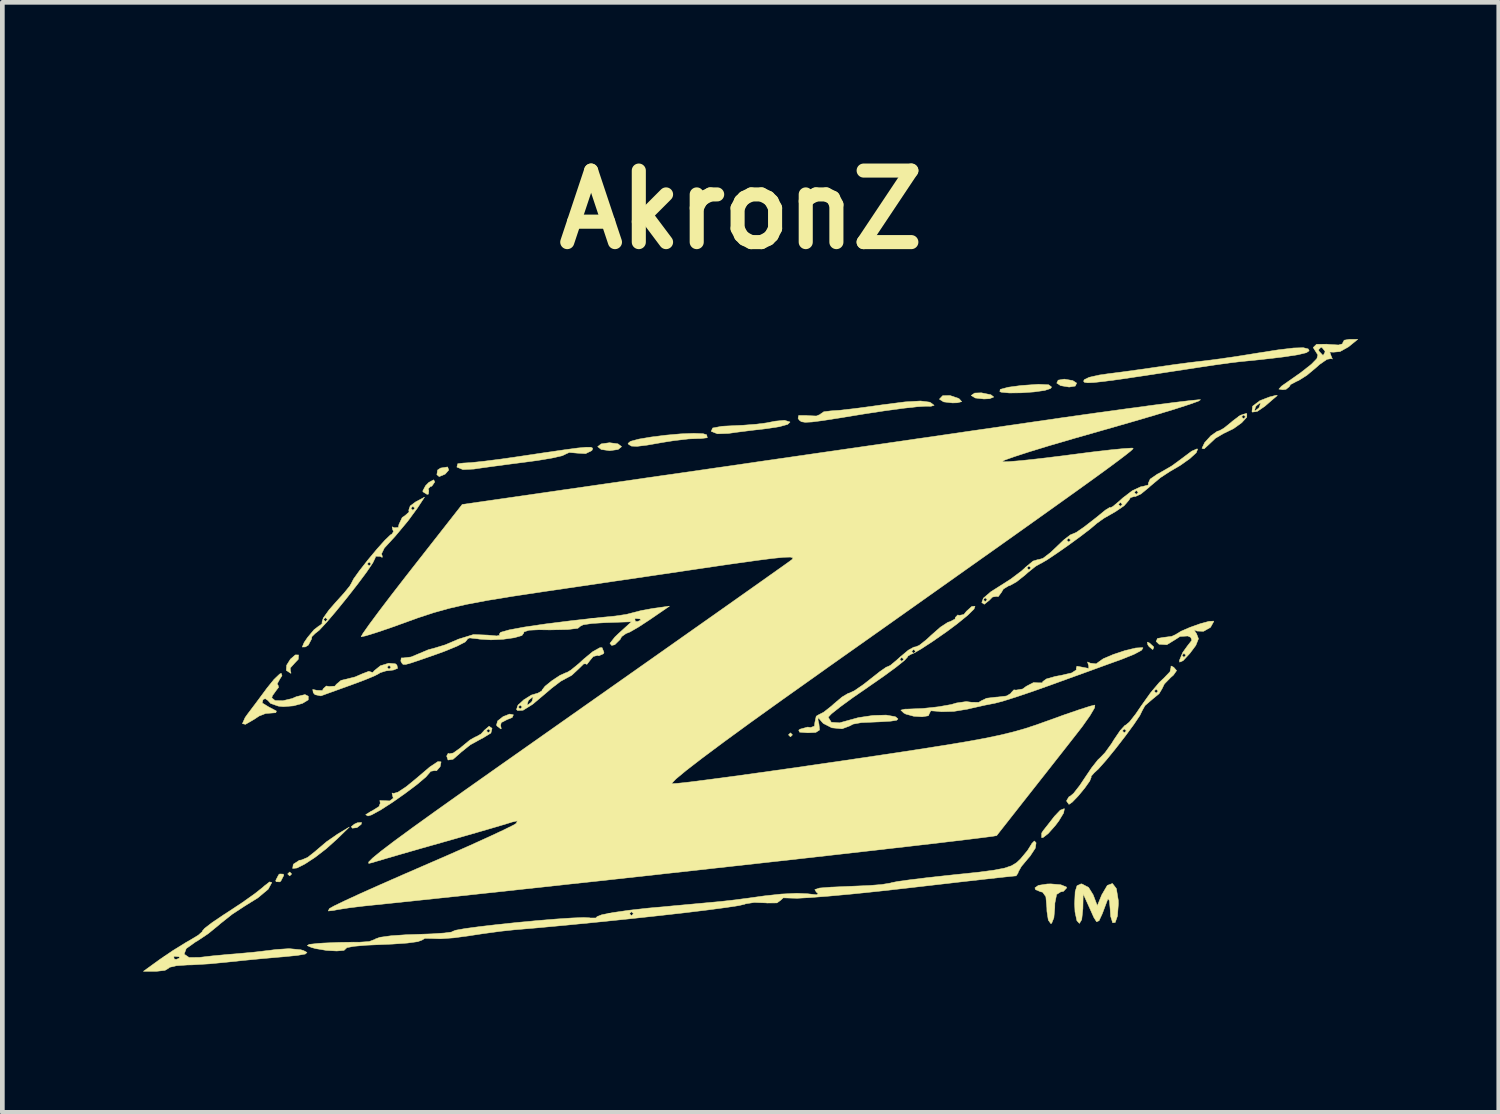
<source format=kicad_pcb>
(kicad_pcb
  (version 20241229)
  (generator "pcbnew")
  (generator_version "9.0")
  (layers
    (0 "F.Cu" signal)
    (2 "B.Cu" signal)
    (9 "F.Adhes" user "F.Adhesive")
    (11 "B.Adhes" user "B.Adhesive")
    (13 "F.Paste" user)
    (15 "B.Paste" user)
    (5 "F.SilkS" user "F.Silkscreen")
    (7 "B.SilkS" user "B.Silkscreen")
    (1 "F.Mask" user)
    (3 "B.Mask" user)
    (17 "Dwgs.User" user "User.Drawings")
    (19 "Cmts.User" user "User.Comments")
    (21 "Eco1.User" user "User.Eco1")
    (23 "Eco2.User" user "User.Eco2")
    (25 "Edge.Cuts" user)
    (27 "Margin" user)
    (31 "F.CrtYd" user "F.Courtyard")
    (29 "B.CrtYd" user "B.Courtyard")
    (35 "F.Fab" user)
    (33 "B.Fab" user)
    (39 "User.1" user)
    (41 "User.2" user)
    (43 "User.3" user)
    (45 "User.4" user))
  (footprint "AkronZ"
    (layer "F.Cu")
    (at 12.815 10.868)
    (property "Reference" "AkronZ" (at -0.08 -9.45 0) (layer "F.SilkS") (effects (font (size 1.524 1.524) (thickness 0.3))))
    (attr through_hole)
    (fp_poly (pts (xy -9.652 4.699) (xy -9.694 4.741) (xy -9.737 4.699) (xy -9.694 4.657) (xy -9.652 4.699)) (stroke (width 0.01) (type solid)) (fill yes) (layer "F.SilkS"))
    (fp_poly (pts (xy 1.016 1.736) (xy 0.974 1.778) (xy 0.931 1.736) (xy 0.974 1.693) (xy 1.016 1.736)) (stroke (width 0.01) (type solid)) (fill yes) (layer "F.SilkS"))
    (fp_poly (pts (xy -8.171 3.642) (xy -8.261 3.712) (xy -8.359 3.724) (xy -8.382 3.692) (xy -8.316 3.638) (xy -8.251 3.608) (xy -8.163 3.602) (xy -8.171 3.642)) (stroke (width 0.01) (type solid)) (fill yes) (layer "F.SilkS"))
    (fp_poly (pts (xy -6.306 -3.905) (xy -6.383 -3.818) (xy -6.509 -3.765) (xy -6.559 -3.806) (xy -6.543 -3.906) (xy -6.479 -3.948) (xy -6.33 -3.971) (xy -6.306 -3.905)) (stroke (width 0.01) (type solid)) (fill yes) (layer "F.SilkS"))
    (fp_poly (pts (xy 8.623 -0.22) (xy 8.714 -0.135) (xy 8.695 -0.085) (xy 8.683 -0.085) (xy 8.612 -0.145) (xy 8.586 -0.182) (xy 8.576 -0.24) (xy 8.623 -0.22)) (stroke (width 0.01) (type solid)) (fill yes) (layer "F.SilkS"))
    (fp_poly (pts (xy -9.828 4.703) (xy -9.821 4.731) (xy -9.883 4.851) (xy -9.906 4.868) (xy -9.984 4.864) (xy -9.991 4.836) (xy -9.929 4.716) (xy -9.906 4.699) (xy -9.828 4.703)) (stroke (width 0.01) (type solid)) (fill yes) (layer "F.SilkS"))
    (fp_poly (pts (xy 6.987 -5.811) (xy 7.07 -5.757) (xy 7.04 -5.694) (xy 6.91 -5.673) (xy 6.729 -5.703) (xy 6.646 -5.757) (xy 6.676 -5.82) (xy 6.806 -5.842) (xy 6.987 -5.811)) (stroke (width 0.01) (type solid)) (fill yes) (layer "F.SilkS"))
    (fp_poly (pts (xy 5.243 -5.509) (xy 5.304 -5.461) (xy 5.215 -5.425) (xy 5.094 -5.419) (xy 4.91 -5.44) (xy 4.826 -5.492) (xy 4.826 -5.496) (xy 4.898 -5.545) (xy 5.04 -5.55) (xy 5.243 -5.509)) (stroke (width 0.01) (type solid)) (fill yes) (layer "F.SilkS"))
    (fp_poly (pts (xy 4.549 -5.433) (xy 4.572 -5.419) (xy 4.621 -5.362) (xy 4.526 -5.338) (xy 4.424 -5.335) (xy 4.237 -5.357) (xy 4.149 -5.412) (xy 4.149 -5.419) (xy 4.216 -5.489) (xy 4.371 -5.493) (xy 4.549 -5.433)) (stroke (width 0.01) (type solid)) (fill yes) (layer "F.SilkS"))
    (fp_poly (pts (xy -9.505 0.034) (xy -9.511 0.126) (xy -9.587 0.206) (xy -9.682 0.312) (xy -9.679 0.368) (xy -9.665 0.422) (xy -9.675 0.423) (xy -9.763 0.365) (xy -9.766 0.359) (xy -9.759 0.252) (xy -9.678 0.123) (xy -9.574 0.033) (xy -9.505 0.034)) (stroke (width 0.01) (type solid)) (fill yes) (layer "F.SilkS"))
    (fp_poly (pts (xy -6.604 -3.651) (xy -6.666 -3.561) (xy -6.694 -3.556) (xy -6.744 -3.504) (xy -6.731 -3.471) (xy -6.738 -3.393) (xy -6.768 -3.387) (xy -6.855 -3.441) (xy -6.858 -3.461) (xy -6.8 -3.571) (xy -6.731 -3.641) (xy -6.626 -3.697) (xy -6.604 -3.651)) (stroke (width 0.01) (type solid)) (fill yes) (layer "F.SilkS"))
    (fp_poly (pts (xy -4.928 1.309) (xy -4.955 1.367) (xy -5.062 1.41) (xy -5.188 1.475) (xy -5.201 1.534) (xy -5.187 1.606) (xy -5.197 1.609) (xy -5.275 1.549) (xy -5.289 1.528) (xy -5.264 1.439) (xy -5.147 1.347) (xy -5.009 1.293) (xy -4.928 1.309)) (stroke (width 0.01) (type solid)) (fill yes) (layer "F.SilkS"))
    (fp_poly (pts (xy -2.7 -4.463) (xy -2.625 -4.404) (xy -2.625 -4.403) (xy -2.698 -4.343) (xy -2.876 -4.318) (xy -2.879 -4.318) (xy -3.057 -4.343) (xy -3.133 -4.402) (xy -3.133 -4.403) (xy -3.059 -4.462) (xy -2.882 -4.487) (xy -2.879 -4.487) (xy -2.7 -4.463)) (stroke (width 0.01) (type solid)) (fill yes) (layer "F.SilkS"))
    (fp_poly (pts (xy 6.475 -5.721) (xy 6.536 -5.673) (xy 6.512 -5.641) (xy 6.39 -5.601) (xy 6.161 -5.569) (xy 5.888 -5.55) (xy 5.635 -5.547) (xy 5.463 -5.564) (xy 5.434 -5.575) (xy 5.442 -5.623) (xy 5.612 -5.669) (xy 5.889 -5.706) (xy 6.257 -5.732) (xy 6.475 -5.721)) (stroke (width 0.01) (type solid)) (fill yes) (layer "F.SilkS"))
    (fp_poly (pts (xy 6.809 3.31) (xy 6.792 3.4) (xy 6.69 3.569) (xy 6.616 3.667) (xy 6.464 3.838) (xy 6.352 3.925) (xy 6.324 3.925) (xy 6.325 3.828) (xy 6.355 3.78) (xy 6.462 3.645) (xy 6.597 3.471) (xy 6.722 3.34) (xy 6.806 3.308) (xy 6.809 3.31)) (stroke (width 0.01) (type solid)) (fill yes) (layer "F.SilkS"))
    (fp_poly (pts (xy -8.678 3.948) (xy -8.915 4.161) (xy -9.155 4.346) (xy -9.372 4.488) (xy -9.539 4.572) (xy -9.631 4.582) (xy -9.619 4.503) (xy -9.61 4.487) (xy -9.486 4.407) (xy -9.447 4.403) (xy -9.314 4.348) (xy -9.144 4.214) (xy -9.134 4.204) (xy -8.909 4.013) (xy -8.678 3.853) (xy -8.424 3.7) (xy -8.678 3.948)) (stroke (width 0.01) (type solid)) (fill yes) (layer "F.SilkS"))
    (fp_poly (pts (xy -0.886 -4.679) (xy -0.812 -4.656) (xy -0.798 -4.593) (xy -0.938 -4.576) (xy -0.975 -4.577) (xy -1.198 -4.568) (xy -1.507 -4.532) (xy -1.736 -4.496) (xy -2.079 -4.436) (xy -2.293 -4.41) (xy -2.413 -4.415) (xy -2.473 -4.451) (xy -2.487 -4.471) (xy -2.436 -4.516) (xy -2.257 -4.564) (xy -1.991 -4.609) (xy -1.679 -4.648) (xy -1.364 -4.676) (xy -1.086 -4.687) (xy -0.886 -4.679)) (stroke (width 0.01) (type solid)) (fill yes) (layer "F.SilkS"))
    (fp_poly (pts (xy 0.961 -4.93) (xy 0.964 -4.926) (xy 0.914 -4.878) (xy 0.734 -4.828) (xy 0.485 -4.79) (xy 0.144 -4.75) (xy -0.179 -4.709) (xy -0.349 -4.685) (xy -0.582 -4.677) (xy -0.711 -4.728) (xy -0.714 -4.732) (xy -0.683 -4.801) (xy -0.489 -4.837) (xy -0.428 -4.841) (xy -0.03 -4.86) (xy 0.251 -4.882) (xy 0.466 -4.91) (xy 0.648 -4.946) (xy 0.846 -4.965) (xy 0.961 -4.93)) (stroke (width 0.01) (type solid)) (fill yes) (layer "F.SilkS"))
    (fp_poly (pts (xy 6.731 4.929) (xy 6.849 4.976) (xy 6.858 4.995) (xy 6.789 5.07) (xy 6.731 5.08) (xy 6.643 5.136) (xy 6.606 5.321) (xy 6.604 5.419) (xy 6.585 5.631) (xy 6.538 5.749) (xy 6.519 5.757) (xy 6.466 5.682) (xy 6.437 5.495) (xy 6.435 5.419) (xy 6.414 5.183) (xy 6.344 5.086) (xy 6.308 5.08) (xy 6.195 5.034) (xy 6.181 4.995) (xy 6.256 4.942) (xy 6.443 4.913) (xy 6.519 4.911) (xy 6.731 4.929)) (stroke (width 0.01) (type solid)) (fill yes) (layer "F.SilkS"))
    (fp_poly (pts (xy 11.345 -5.493) (xy 11.259 -5.42) (xy 11.103 -5.285) (xy 11.079 -5.264) (xy 10.919 -5.155) (xy 10.814 -5.139) (xy 10.805 -5.149) (xy 10.807 -5.17) (xy 10.858 -5.17) (xy 10.87 -5.165) (xy 10.947 -5.224) (xy 10.964 -5.249) (xy 10.986 -5.328) (xy 10.974 -5.334) (xy 10.897 -5.274) (xy 10.88 -5.249) (xy 10.858 -5.17) (xy 10.807 -5.17) (xy 10.818 -5.265) (xy 10.974 -5.383) (xy 11.176 -5.461) (xy 11.317 -5.497) (xy 11.345 -5.493)) (stroke (width 0.01) (type solid)) (fill yes) (layer "F.SilkS"))
    (fp_poly (pts (xy 10.695 -5.106) (xy 10.694 -5.031) (xy 10.586 -4.913) (xy 10.414 -4.789) (xy 10.221 -4.694) (xy 10.207 -4.689) (xy 10.027 -4.583) (xy 9.892 -4.455) (xy 9.785 -4.356) (xy 9.739 -4.368) (xy 9.797 -4.49) (xy 9.928 -4.634) (xy 10.066 -4.731) (xy 10.107 -4.741) (xy 10.203 -4.794) (xy 10.362 -4.922) (xy 10.391 -4.948) (xy 10.511 -5.038) (xy 10.583 -5.038) (xy 10.626 -4.995) (xy 10.668 -5.038) (xy 10.626 -5.08) (xy 10.583 -5.038) (xy 10.511 -5.038) (xy 10.558 -5.072) (xy 10.682 -5.111) (xy 10.695 -5.106)) (stroke (width 0.01) (type solid)) (fill yes) (layer "F.SilkS"))
    (fp_poly (pts (xy -5.383 1.598) (xy -5.408 1.698) (xy -5.586 1.807) (xy -5.605 1.815) (xy -5.847 1.948) (xy -6.043 2.105) (xy -6.047 2.11) (xy -6.214 2.256) (xy -6.321 2.272) (xy -6.35 2.187) (xy -6.318 2.128) (xy -6.299 2.14) (xy -6.21 2.123) (xy -6.058 2.015) (xy -6.024 1.985) (xy -5.856 1.847) (xy -5.736 1.779) (xy -5.725 1.778) (xy -5.618 1.717) (xy -5.558 1.651) (xy -5.503 1.651) (xy -5.461 1.693) (xy -5.419 1.651) (xy -5.461 1.609) (xy -5.503 1.651) (xy -5.558 1.651) (xy -5.547 1.638) (xy -5.446 1.552) (xy -5.383 1.598)) (stroke (width 0.01) (type solid)) (fill yes) (layer "F.SilkS"))
    (fp_poly (pts (xy -3.277 -4.39) (xy -3.241 -4.372) (xy -3.247 -4.339) (xy -3.259 -4.319) (xy -3.39 -4.255) (xy -3.566 -4.265) (xy -3.738 -4.28) (xy -3.81 -4.248) (xy -3.81 -4.248) (xy -3.888 -4.21) (xy -4.099 -4.162) (xy -4.406 -4.11) (xy -4.636 -4.079) (xy -5.03 -4.028) (xy -5.397 -3.979) (xy -5.678 -3.94) (xy -5.768 -3.926) (xy -6.003 -3.915) (xy -6.13 -3.967) (xy -6.132 -3.969) (xy -6.114 -4.04) (xy -5.995 -4.054) (xy -5.835 -4.063) (xy -5.55 -4.093) (xy -5.183 -4.14) (xy -4.826 -4.191) (xy -4.265 -4.275) (xy -3.85 -4.335) (xy -3.561 -4.374) (xy -3.377 -4.391) (xy -3.277 -4.39)) (stroke (width 0.01) (type solid)) (fill yes) (layer "F.SilkS"))
    (fp_poly (pts (xy -6.469 2.311) (xy -6.489 2.413) (xy -6.565 2.501) (xy -6.606 2.497) (xy -6.694 2.513) (xy -6.703 2.529) (xy -6.792 2.632) (xy -6.983 2.794) (xy -7.236 2.984) (xy -7.508 3.175) (xy -7.76 3.337) (xy -7.951 3.441) (xy -8.027 3.464) (xy -8.075 3.436) (xy -7.965 3.367) (xy -7.936 3.354) (xy -7.791 3.263) (xy -7.763 3.187) (xy -7.766 3.184) (xy -7.774 3.134) (xy -7.747 3.136) (xy -7.563 3.143) (xy -7.487 3.085) (xy -7.501 3.035) (xy -7.514 2.974) (xy -7.485 2.985) (xy -7.388 2.957) (xy -7.208 2.838) (xy -6.99 2.659) (xy -6.71 2.421) (xy -6.538 2.306) (xy -6.469 2.311)) (stroke (width 0.01) (type solid)) (fill yes) (layer "F.SilkS"))
    (fp_poly (pts (xy 3.935 -5.352) (xy 3.959 -5.341) (xy 4.034 -5.284) (xy 3.968 -5.264) (xy 3.852 -5.265) (xy 3.674 -5.254) (xy 3.369 -5.22) (xy 2.98 -5.167) (xy 2.547 -5.101) (xy 2.498 -5.093) (xy 2.009 -5.013) (xy 1.662 -4.959) (xy 1.43 -4.929) (xy 1.287 -4.922) (xy 1.206 -4.935) (xy 1.162 -4.968) (xy 1.136 -5.007) (xy 1.149 -5.068) (xy 1.309 -5.068) (xy 1.343 -5.064) (xy 1.525 -5.056) (xy 1.608 -5.09) (xy 1.609 -5.095) (xy 1.682 -5.146) (xy 1.831 -5.165) (xy 2.006 -5.177) (xy 2.302 -5.21) (xy 2.671 -5.258) (xy 2.932 -5.295) (xy 3.415 -5.357) (xy 3.745 -5.376) (xy 3.935 -5.352)) (stroke (width 0.01) (type solid)) (fill yes) (layer "F.SilkS"))
    (fp_poly (pts (xy 7.916 5.011) (xy 7.957 5.262) (xy 7.959 5.334) (xy 7.939 5.594) (xy 7.891 5.733) (xy 7.837 5.739) (xy 7.794 5.601) (xy 7.783 5.44) (xy 7.768 5.27) (xy 7.74 5.228) (xy 7.728 5.249) (xy 7.617 5.544) (xy 7.547 5.695) (xy 7.495 5.718) (xy 7.436 5.625) (xy 7.363 5.461) (xy 7.209 5.122) (xy 7.203 5.44) (xy 7.178 5.672) (xy 7.129 5.753) (xy 7.075 5.694) (xy 7.035 5.508) (xy 7.027 5.334) (xy 7.038 5.077) (xy 7.078 4.95) (xy 7.162 4.911) (xy 7.18 4.911) (xy 7.324 4.986) (xy 7.422 5.144) (xy 7.51 5.376) (xy 7.605 5.144) (xy 7.723 4.943) (xy 7.832 4.902) (xy 7.916 5.011)) (stroke (width 0.01) (type solid)) (fill yes) (layer "F.SilkS"))
    (fp_poly (pts (xy 12.003 -6.485) (xy 12.023 -6.446) (xy 11.964 -6.405) (xy 11.781 -6.361) (xy 11.461 -6.313) (xy 10.992 -6.258) (xy 10.541 -6.213) (xy 10.327 -6.187) (xy 10.015 -6.144) (xy 9.694 -6.096) (xy 8.976 -5.986) (xy 8.408 -5.9) (xy 7.974 -5.836) (xy 7.656 -5.794) (xy 7.439 -5.77) (xy 7.304 -5.764) (xy 7.236 -5.774) (xy 7.218 -5.797) (xy 7.232 -5.83) (xy 7.335 -5.88) (xy 7.551 -5.929) (xy 7.723 -5.954) (xy 8.052 -5.996) (xy 8.451 -6.051) (xy 8.763 -6.096) (xy 9.131 -6.149) (xy 9.494 -6.197) (xy 9.737 -6.225) (xy 9.999 -6.257) (xy 10.362 -6.308) (xy 10.759 -6.37) (xy 10.88 -6.39) (xy 11.359 -6.465) (xy 11.692 -6.505) (xy 11.9 -6.511) (xy 12.003 -6.485)) (stroke (width 0.01) (type solid)) (fill yes) (layer "F.SilkS"))
    (fp_poly (pts (xy 9.991 -0.68) (xy 9.921 -0.554) (xy 9.773 -0.47) (xy 9.635 -0.475) (xy 9.568 -0.502) (xy 9.621 -0.422) (xy 9.624 -0.418) (xy 9.665 -0.311) (xy 9.608 -0.169) (xy 9.481 0.001) (xy 9.337 0.156) (xy 9.264 0.187) (xy 9.259 0.152) (xy 9.304 0.042) (xy 9.313 0.042) (xy 9.356 0.085) (xy 9.398 0.042) (xy 9.356 0) (xy 9.313 0.042) (xy 9.304 0.042) (xy 9.33 -0.02) (xy 9.427 -0.155) (xy 9.524 -0.279) (xy 9.501 -0.341) (xy 9.438 -0.37) (xy 9.272 -0.36) (xy 9.174 -0.296) (xy 8.991 -0.184) (xy 8.825 -0.195) (xy 8.763 -0.254) (xy 8.792 -0.318) (xy 8.913 -0.339) (xy 9.095 -0.362) (xy 9.176 -0.399) (xy 9.293 -0.471) (xy 9.487 -0.555) (xy 9.704 -0.632) (xy 9.889 -0.682) (xy 9.986 -0.687) (xy 9.991 -0.68)) (stroke (width 0.01) (type solid)) (fill yes) (layer "F.SilkS"))
    (fp_poly (pts (xy -7.441 0.223) (xy -7.41 0.251) (xy -7.395 0.319) (xy -7.485 0.355) (xy -7.641 0.373) (xy -7.771 0.413) (xy -7.789 0.428) (xy -7.885 0.478) (xy -8.095 0.565) (xy -8.376 0.67) (xy -8.382 0.672) (xy -8.673 0.777) (xy -8.906 0.861) (xy -9.03 0.906) (xy -9.154 0.88) (xy -9.192 0.838) (xy -9.203 0.769) (xy -9.116 0.787) (xy -8.998 0.792) (xy -8.975 0.75) (xy -8.913 0.695) (xy -8.853 0.706) (xy -8.73 0.698) (xy -8.701 0.66) (xy -8.601 0.576) (xy -8.505 0.553) (xy -8.3 0.502) (xy -8.149 0.436) (xy -8.008 0.382) (xy -7.957 0.399) (xy -7.922 0.407) (xy -7.894 0.371) (xy -7.801 0.296) (xy -7.62 0.296) (xy -7.578 0.339) (xy -7.535 0.296) (xy -7.578 0.254) (xy -7.62 0.296) (xy -7.801 0.296) (xy -7.763 0.265) (xy -7.586 0.21) (xy -7.441 0.223)) (stroke (width 0.01) (type solid)) (fill yes) (layer "F.SilkS"))
    (fp_poly (pts (xy -9.858 0.475) (xy -9.906 0.55) (xy -9.962 0.653) (xy -9.942 0.677) (xy -9.93 0.724) (xy -9.974 0.779) (xy -10.063 0.903) (xy -10.075 0.948) (xy -10.006 1.005) (xy -9.84 1.009) (xy -9.641 0.962) (xy -9.553 0.923) (xy -9.368 0.878) (xy -9.298 0.913) (xy -9.299 0.991) (xy -9.421 1.065) (xy -9.614 1.118) (xy -9.83 1.135) (xy -9.935 1.124) (xy -10.1 1.067) (xy -10.16 1.001) (xy -10.215 0.964) (xy -10.263 0.985) (xy -10.279 1.057) (xy -10.127 1.15) (xy -10.115 1.155) (xy -9.977 1.229) (xy -9.99 1.265) (xy -10.012 1.266) (xy -10.207 1.281) (xy -10.344 1.334) (xy -10.454 1.407) (xy -10.636 1.512) (xy -10.701 1.497) (xy -10.644 1.368) (xy -10.589 1.291) (xy -10.422 1.07) (xy -10.229 0.81) (xy -10.18 0.743) (xy -10.027 0.554) (xy -9.907 0.44) (xy -9.874 0.425) (xy -9.858 0.475)) (stroke (width 0.01) (type solid)) (fill yes) (layer "F.SilkS"))
    (fp_poly (pts (xy 12.86 -6.529) (xy 12.681 -6.429) (xy 12.541 -6.416) (xy 12.461 -6.42) (xy 12.488 -6.343) (xy 12.518 -6.269) (xy 12.494 -6.28) (xy 12.401 -6.263) (xy 12.241 -6.152) (xy 12.175 -6.092) (xy 11.973 -5.923) (xy 11.793 -5.81) (xy 11.759 -5.797) (xy 11.627 -5.727) (xy 11.599 -5.681) (xy 11.53 -5.625) (xy 11.461 -5.616) (xy 11.378 -5.63) (xy 11.434 -5.692) (xy 11.482 -5.726) (xy 11.84 -5.977) (xy 12.069 -6.157) (xy 12.187 -6.278) (xy 12.209 -6.358) (xy 12.192 -6.383) (xy 12.139 -6.467) (xy 12.221 -6.467) (xy 12.234 -6.435) (xy 12.31 -6.354) (xy 12.324 -6.35) (xy 12.36 -6.416) (xy 12.361 -6.435) (xy 12.296 -6.516) (xy 12.272 -6.519) (xy 12.221 -6.467) (xy 12.139 -6.467) (xy 12.109 -6.515) (xy 12.18 -6.584) (xy 12.4 -6.586) (xy 12.446 -6.581) (xy 12.649 -6.569) (xy 12.74 -6.595) (xy 12.737 -6.612) (xy 12.769 -6.671) (xy 12.874 -6.689) (xy 13.057 -6.689) (xy 12.86 -6.529)) (stroke (width 0.01) (type solid)) (fill yes) (layer "F.SilkS"))
    (fp_poly (pts (xy -2.999 -0.02) (xy -3.01 0.007) (xy -3.109 0.052) (xy -3.133 0.042) (xy -3.228 0.067) (xy -3.294 0.146) (xy -3.364 0.236) (xy -3.384 0.223) (xy -3.431 0.224) (xy -3.535 0.326) (xy -3.686 0.467) (xy -3.795 0.526) (xy -3.92 0.594) (xy -4.112 0.74) (xy -4.219 0.832) (xy -4.519 1.085) (xy -4.723 1.212) (xy -4.841 1.217) (xy -4.862 1.195) (xy -4.845 1.143) (xy -4.826 1.143) (xy -4.784 1.185) (xy -4.741 1.143) (xy -4.784 1.101) (xy -4.826 1.143) (xy -4.845 1.143) (xy -4.832 1.106) (xy -4.821 1.095) (xy -4.636 1.095) (xy -4.624 1.101) (xy -4.547 1.041) (xy -4.53 1.016) (xy -4.508 0.937) (xy -4.52 0.931) (xy -4.597 0.991) (xy -4.614 1.016) (xy -4.636 1.095) (xy -4.821 1.095) (xy -4.707 0.989) (xy -4.545 0.888) (xy -4.406 0.847) (xy -4.321 0.799) (xy -4.318 0.783) (xy -4.254 0.7) (xy -4.105 0.58) (xy -3.935 0.468) (xy -3.807 0.411) (xy -3.794 0.41) (xy -3.704 0.357) (xy -3.539 0.222) (xy -3.428 0.12) (xy -3.236 -0.038) (xy -3.088 -0.12) (xy -3.04 -0.122) (xy -2.999 -0.02)) (stroke (width 0.01) (type solid)) (fill yes) (layer "F.SilkS"))
    (fp_poly (pts (xy 9.137 0.296) (xy 9.199 0.367) (xy 9.132 0.463) (xy 9.073 0.514) (xy 8.938 0.653) (xy 8.89 0.752) (xy 8.826 0.859) (xy 8.678 0.981) (xy 8.527 1.111) (xy 8.467 1.218) (xy 8.417 1.322) (xy 8.286 1.517) (xy 8.103 1.766) (xy 7.898 2.031) (xy 7.699 2.275) (xy 7.535 2.46) (xy 7.442 2.546) (xy 7.376 2.621) (xy 7.38 2.639) (xy 7.349 2.719) (xy 7.243 2.868) (xy 7.105 3.036) (xy 6.977 3.169) (xy 6.906 3.217) (xy 6.859 3.152) (xy 6.858 3.133) (xy 6.91 3.05) (xy 6.926 3.048) (xy 7.005 2.982) (xy 7.137 2.813) (xy 7.237 2.663) (xy 7.391 2.435) (xy 7.523 2.268) (xy 7.576 2.218) (xy 7.677 2.113) (xy 7.815 1.921) (xy 7.864 1.841) (xy 7.993 1.651) (xy 8.043 1.651) (xy 8.086 1.693) (xy 8.128 1.651) (xy 8.086 1.609) (xy 8.043 1.651) (xy 7.993 1.651) (xy 7.995 1.648) (xy 8.096 1.536) (xy 8.121 1.524) (xy 8.197 1.459) (xy 8.33 1.289) (xy 8.457 1.103) (xy 8.644 0.841) (xy 8.675 0.804) (xy 8.721 0.804) (xy 8.763 0.847) (xy 8.805 0.804) (xy 8.763 0.762) (xy 8.721 0.804) (xy 8.675 0.804) (xy 8.832 0.618) (xy 8.934 0.522) (xy 9.059 0.391) (xy 9.08 0.297) (xy 9.078 0.294) (xy 9.081 0.269) (xy 9.137 0.296)) (stroke (width 0.01) (type solid)) (fill yes) (layer "F.SilkS"))
    (fp_poly (pts (xy -10.075 4.882) (xy -10.152 5.024) (xy -10.372 5.208) (xy -10.657 5.385) (xy -10.919 5.557) (xy -11.177 5.762) (xy -11.201 5.784) (xy -11.433 5.973) (xy -11.667 6.129) (xy -11.699 6.146) (xy -11.898 6.288) (xy -11.942 6.407) (xy -11.838 6.478) (xy -11.62 6.477) (xy -11.345 6.445) (xy -11.004 6.413) (xy -10.837 6.4) (xy -10.484 6.368) (xy -10.126 6.327) (xy -9.991 6.309) (xy -9.707 6.29) (xy -9.458 6.314) (xy -9.399 6.331) (xy -9.325 6.372) (xy -9.362 6.405) (xy -9.528 6.434) (xy -9.843 6.465) (xy -9.907 6.47) (xy -10.305 6.505) (xy -10.698 6.543) (xy -11.011 6.576) (xy -11.049 6.58) (xy -11.404 6.614) (xy -11.775 6.636) (xy -11.874 6.638) (xy -12.109 6.654) (xy -12.254 6.688) (xy -12.277 6.709) (xy -12.351 6.753) (xy -12.53 6.773) (xy -12.543 6.773) (xy -12.81 6.773) (xy -12.462 6.521) (xy -12.376 6.463) (xy -12.164 6.463) (xy -12.152 6.513) (xy -12.107 6.519) (xy -12.038 6.488) (xy -12.051 6.463) (xy -12.151 6.453) (xy -12.164 6.463) (xy -12.376 6.463) (xy -12.185 6.333) (xy -11.904 6.159) (xy -11.817 6.11) (xy -11.639 6.002) (xy -11.555 5.927) (xy -11.555 5.915) (xy -11.505 5.857) (xy -11.343 5.733) (xy -11.097 5.567) (xy -10.995 5.501) (xy -10.695 5.303) (xy -10.435 5.118) (xy -10.261 4.98) (xy -10.238 4.958) (xy -10.122 4.868) (xy -10.075 4.882)) (stroke (width 0.01) (type solid)) (fill yes) (layer "F.SilkS"))
    (fp_poly (pts (xy 8.484 -0.117) (xy 8.452 -0.066) (xy 8.294 0.019) (xy 8.042 0.121) (xy 8.029 0.126) (xy 7.726 0.235) (xy 7.323 0.382) (xy 6.874 0.544) (xy 6.519 0.673) (xy 6.122 0.814) (xy 5.765 0.934) (xy 5.488 1.021) (xy 5.334 1.061) (xy 5.119 1.103) (xy 4.837 1.166) (xy 4.741 1.189) (xy 4.452 1.236) (xy 4.189 1.243) (xy 4.123 1.235) (xy 3.963 1.223) (xy 3.938 1.271) (xy 3.911 1.329) (xy 3.778 1.351) (xy 3.598 1.339) (xy 3.43 1.293) (xy 3.387 1.27) (xy 3.325 1.209) (xy 3.411 1.188) (xy 3.471 1.187) (xy 3.792 1.174) (xy 4.125 1.138) (xy 4.399 1.09) (xy 4.51 1.057) (xy 4.718 1.027) (xy 4.827 1.041) (xy 4.984 1.044) (xy 5.043 1.008) (xy 5.152 0.956) (xy 5.355 0.932) (xy 5.381 0.931) (xy 5.575 0.908) (xy 5.671 0.851) (xy 5.673 0.84) (xy 5.733 0.777) (xy 5.778 0.783) (xy 5.919 0.759) (xy 6 0.7) (xy 6.151 0.622) (xy 6.234 0.627) (xy 6.336 0.628) (xy 6.35 0.6) (xy 6.425 0.545) (xy 6.616 0.491) (xy 6.733 0.47) (xy 6.966 0.416) (xy 7.064 0.351) (xy 7.061 0.324) (xy 7.075 0.273) (xy 7.197 0.296) (xy 7.328 0.321) (xy 7.327 0.26) (xy 7.321 0.25) (xy 7.302 0.183) (xy 7.362 0.209) (xy 7.487 0.224) (xy 7.524 0.194) (xy 7.637 0.114) (xy 7.849 0.024) (xy 8.099 -0.059) (xy 8.326 -0.114) (xy 8.471 -0.122) (xy 8.484 -0.117)) (stroke (width 0.01) (type solid)) (fill yes) (layer "F.SilkS"))
    (fp_poly (pts (xy -6.976 -3.092) (xy -7.177 -2.818) (xy -7.444 -2.498) (xy -7.679 -2.242) (xy -7.738 -2.121) (xy -7.722 -2.071) (xy -7.723 -2.044) (xy -7.768 -2.066) (xy -7.861 -2.069) (xy -7.874 -2.03) (xy -7.924 -1.927) (xy -8.057 -1.73) (xy -8.248 -1.474) (xy -8.47 -1.19) (xy -8.697 -0.91) (xy -8.903 -0.667) (xy -9.064 -0.494) (xy -9.152 -0.424) (xy -9.154 -0.423) (xy -9.222 -0.355) (xy -9.229 -0.305) (xy -9.297 -0.176) (xy -9.361 -0.137) (xy -9.426 -0.135) (xy -9.386 -0.232) (xy -9.313 -0.339) (xy -9.173 -0.506) (xy -9.062 -0.59) (xy -9.049 -0.593) (xy -8.998 -0.641) (xy -9.007 -0.662) (xy -8.989 -0.72) (xy -8.975 -0.72) (xy -8.932 -0.677) (xy -8.89 -0.72) (xy -8.932 -0.762) (xy -8.975 -0.72) (xy -8.989 -0.72) (xy -8.977 -0.755) (xy -8.855 -0.926) (xy -8.716 -1.085) (xy -8.535 -1.285) (xy -8.414 -1.434) (xy -8.382 -1.489) (xy -8.332 -1.587) (xy -8.202 -1.768) (xy -8.094 -1.905) (xy -8.043 -1.905) (xy -8.001 -1.863) (xy -7.959 -1.905) (xy -8.001 -1.947) (xy -8.043 -1.905) (xy -8.094 -1.905) (xy -8.026 -1.992) (xy -7.837 -2.219) (xy -7.666 -2.41) (xy -7.547 -2.524) (xy -7.518 -2.54) (xy -7.482 -2.594) (xy -7.501 -2.638) (xy -7.511 -2.696) (xy -7.464 -2.675) (xy -7.38 -2.683) (xy -7.366 -2.749) (xy -7.297 -2.895) (xy -7.239 -2.933) (xy -7.152 -3.01) (xy -7.157 -3.053) (xy -7.144 -3.09) (xy -7.112 -3.09) (xy -7.07 -3.048) (xy -7.027 -3.09) (xy -7.07 -3.133) (xy -7.112 -3.09) (xy -7.144 -3.09) (xy -7.127 -3.14) (xy -7.012 -3.226) (xy -6.822 -3.327) (xy -6.976 -3.092)) (stroke (width 0.01) (type solid)) (fill yes) (layer "F.SilkS"))
    (fp_poly (pts (xy -2.028 -0.715) (xy -2.265 -0.56) (xy -2.449 -0.454) (xy -2.529 -0.423) (xy -2.623 -0.356) (xy -2.655 -0.296) (xy -2.769 -0.184) (xy -2.835 -0.169) (xy -2.872 -0.214) (xy -2.768 -0.346) (xy -2.69 -0.421) (xy -2.413 -0.673) (xy -2.976 -0.654) (xy -3.254 -0.637) (xy -3.443 -0.609) (xy -3.504 -0.578) (xy -3.504 -0.577) (xy -3.555 -0.534) (xy -3.772 -0.508) (xy -4.149 -0.5) (xy -4.387 -0.503) (xy -4.597 -0.493) (xy -4.704 -0.457) (xy -4.707 -0.436) (xy -4.747 -0.38) (xy -4.91 -0.333) (xy -5.146 -0.3) (xy -5.408 -0.288) (xy -5.648 -0.303) (xy -5.692 -0.31) (xy -5.86 -0.329) (xy -5.914 -0.306) (xy -5.909 -0.298) (xy -5.955 -0.243) (xy -6.13 -0.153) (xy -6.401 -0.042) (xy -6.544 0.01) (xy -6.887 0.13) (xy -7.103 0.203) (xy -7.222 0.236) (xy -7.279 0.235) (xy -7.305 0.206) (xy -7.327 0.164) (xy -7.317 0.097) (xy -7.269 0.097) (xy -7.109 0.077) (xy -6.977 0.022) (xy -6.744 -0.076) (xy -6.596 -0.116) (xy -6.38 -0.182) (xy -6.129 -0.289) (xy -6.11 -0.299) (xy -5.779 -0.401) (xy -5.475 -0.389) (xy -5.283 -0.371) (xy -5.213 -0.388) (xy -5.23 -0.407) (xy -5.201 -0.448) (xy -5.018 -0.5) (xy -4.696 -0.56) (xy -4.248 -0.626) (xy -3.689 -0.696) (xy -3.348 -0.734) (xy -2.342 -0.734) (xy -2.331 -0.683) (xy -2.286 -0.677) (xy -2.216 -0.708) (xy -2.23 -0.734) (xy -2.33 -0.744) (xy -2.342 -0.734) (xy -3.348 -0.734) (xy -3.035 -0.768) (xy -2.752 -0.796) (xy -2.524 -0.83) (xy -2.371 -0.869) (xy -2.205 -0.912) (xy -1.964 -0.956) (xy -1.924 -0.962) (xy -1.604 -1.006) (xy -2.028 -0.715)) (stroke (width 0.01) (type solid)) (fill yes) (layer "F.SilkS"))
    (fp_poly (pts (xy 4.884 -0.945) (xy 4.748 -0.811) (xy 4.519 -0.625) (xy 4.303 -0.464) (xy 4.003 -0.255) (xy 3.754 -0.093) (xy 3.607 -0.008) (xy 3.641 -0.042) (xy 3.598 -0.085) (xy 3.556 -0.042) (xy 3.596 -0.002) (xy 3.586 0.003) (xy 3.535 0.021) (xy 3.472 0.061) (xy 3.471 0.073) (xy 3.405 0.147) (xy 3.225 0.292) (xy 2.958 0.488) (xy 2.631 0.715) (xy 2.625 0.72) (xy 2.297 0.946) (xy 2.029 1.142) (xy 1.847 1.287) (xy 1.778 1.36) (xy 1.778 1.361) (xy 1.844 1.468) (xy 2.019 1.48) (xy 2.144 1.445) (xy 2.42 1.369) (xy 2.729 1.323) (xy 3.011 1.315) (xy 3.201 1.348) (xy 3.219 1.357) (xy 3.264 1.396) (xy 3.237 1.424) (xy 3.113 1.444) (xy 2.868 1.459) (xy 2.484 1.475) (xy 2.308 1.507) (xy 2.237 1.545) (xy 2.073 1.607) (xy 1.856 1.586) (xy 1.674 1.493) (xy 1.643 1.46) (xy 1.565 1.367) (xy 1.56 1.419) (xy 1.58 1.503) (xy 1.593 1.632) (xy 1.513 1.684) (xy 1.343 1.692) (xy 1.167 1.678) (xy 1.15 1.636) (xy 1.178 1.615) (xy 1.341 1.57) (xy 1.402 1.58) (xy 1.484 1.55) (xy 1.494 1.468) (xy 1.522 1.339) (xy 1.566 1.312) (xy 1.677 1.256) (xy 1.848 1.122) (xy 1.896 1.078) (xy 2.072 0.93) (xy 2.205 0.851) (xy 2.226 0.847) (xy 2.334 0.797) (xy 2.522 0.668) (xy 2.679 0.545) (xy 2.878 0.388) (xy 3.012 0.295) (xy 3.048 0.282) (xy 3.102 0.256) (xy 3.239 0.142) (xy 3.255 0.127) (xy 3.302 0.127) (xy 3.344 0.169) (xy 3.387 0.127) (xy 3.344 0.085) (xy 3.302 0.127) (xy 3.255 0.127) (xy 3.311 0.077) (xy 3.483 -0.067) (xy 3.605 -0.135) (xy 3.628 -0.135) (xy 3.715 -0.169) (xy 3.873 -0.294) (xy 3.975 -0.389) (xy 4.169 -0.559) (xy 4.327 -0.662) (xy 4.377 -0.677) (xy 4.479 -0.732) (xy 4.487 -0.767) (xy 4.538 -0.819) (xy 4.567 -0.808) (xy 4.667 -0.828) (xy 4.724 -0.898) (xy 4.836 -0.999) (xy 4.905 -1.004) (xy 4.884 -0.945)) (stroke (width 0.01) (type solid)) (fill yes) (layer "F.SilkS"))
    (fp_poly (pts (xy 9.647 -4.351) (xy 9.619 -4.276) (xy 9.481 -4.149) (xy 9.272 -4.001) (xy 9.059 -3.877) (xy 8.854 -3.743) (xy 8.633 -3.558) (xy 8.608 -3.534) (xy 8.44 -3.396) (xy 8.319 -3.34) (xy 8.299 -3.343) (xy 8.215 -3.317) (xy 8.184 -3.264) (xy 8.081 -3.145) (xy 7.892 -3.016) (xy 7.861 -2.999) (xy 7.65 -2.878) (xy 7.5 -2.771) (xy 7.49 -2.762) (xy 7.36 -2.652) (xy 7.149 -2.49) (xy 6.898 -2.307) (xy 6.648 -2.132) (xy 6.439 -1.992) (xy 6.313 -1.919) (xy 6.299 -1.914) (xy 6.197 -1.856) (xy 6.03 -1.722) (xy 5.975 -1.672) (xy 5.79 -1.525) (xy 5.646 -1.444) (xy 5.621 -1.439) (xy 5.509 -1.371) (xy 5.468 -1.3) (xy 5.399 -1.208) (xy 5.362 -1.214) (xy 5.277 -1.2) (xy 5.207 -1.129) (xy 5.102 -1.046) (xy 5.049 -1.083) (xy 5.071 -1.143) (xy 5.08 -1.143) (xy 5.122 -1.101) (xy 5.165 -1.143) (xy 5.122 -1.185) (xy 5.08 -1.143) (xy 5.071 -1.143) (xy 5.083 -1.176) (xy 5.243 -1.313) (xy 5.395 -1.409) (xy 5.665 -1.581) (xy 5.902 -1.76) (xy 5.967 -1.82) (xy 6.011 -1.82) (xy 6.054 -1.778) (xy 6.096 -1.82) (xy 6.054 -1.863) (xy 6.011 -1.82) (xy 5.967 -1.82) (xy 5.991 -1.842) (xy 6.141 -1.966) (xy 6.25 -1.999) (xy 6.255 -1.996) (xy 6.352 -2.024) (xy 6.514 -2.148) (xy 6.615 -2.244) (xy 6.792 -2.413) (xy 6.858 -2.413) (xy 6.9 -2.371) (xy 6.943 -2.413) (xy 6.9 -2.455) (xy 6.858 -2.413) (xy 6.792 -2.413) (xy 6.796 -2.416) (xy 6.934 -2.523) (xy 6.973 -2.539) (xy 7.059 -2.575) (xy 7.225 -2.689) (xy 7.49 -2.895) (xy 7.684 -3.053) (xy 7.775 -3.109) (xy 7.789 -3.102) (xy 7.844 -3.13) (xy 7.897 -3.175) (xy 7.959 -3.175) (xy 8.001 -3.133) (xy 8.043 -3.175) (xy 8.001 -3.217) (xy 7.959 -3.175) (xy 7.897 -3.175) (xy 7.981 -3.245) (xy 8.052 -3.31) (xy 8.208 -3.429) (xy 8.297 -3.429) (xy 8.34 -3.387) (xy 8.382 -3.429) (xy 8.34 -3.471) (xy 8.297 -3.429) (xy 8.208 -3.429) (xy 8.255 -3.465) (xy 8.439 -3.55) (xy 8.481 -3.556) (xy 8.594 -3.587) (xy 8.599 -3.631) (xy 8.636 -3.712) (xy 8.786 -3.816) (xy 8.829 -3.838) (xy 9.091 -3.989) (xy 9.345 -4.175) (xy 9.354 -4.183) (xy 9.522 -4.308) (xy 9.633 -4.356) (xy 9.647 -4.351)) (stroke (width 0.01) (type solid)) (fill yes) (layer "F.SilkS"))
    (fp_poly (pts (xy 6.206 4.036) (xy 6.189 4.15) (xy 6.078 4.319) (xy 6.033 4.371) (xy 5.892 4.54) (xy 5.824 4.66) (xy 5.823 4.678) (xy 5.78 4.74) (xy 5.764 4.741) (xy 5.662 4.751) (xy 5.415 4.777) (xy 5.046 4.818) (xy 4.577 4.871) (xy 4.031 4.934) (xy 3.457 5) (xy 2.849 5.068) (xy 2.287 5.126) (xy 1.795 5.171) (xy 1.398 5.202) (xy 1.121 5.217) (xy 0.995 5.214) (xy 0.82 5.208) (xy 0.762 5.261) (xy 0.686 5.316) (xy 0.478 5.318) (xy 0.445 5.315) (xy 0.202 5.306) (xy 0.018 5.335) (xy 0 5.343) (xy -0.123 5.372) (xy -0.391 5.413) (xy -0.782 5.465) (xy -1.273 5.525) (xy -1.842 5.589) (xy -2.464 5.656) (xy -3.118 5.723) (xy -3.781 5.788) (xy -4.429 5.848) (xy -4.911 5.889) (xy -5.201 5.92) (xy -5.569 5.97) (xy -5.873 6.016) (xy -6.197 6.06) (xy -6.48 6.08) (xy -6.653 6.074) (xy -6.814 6.071) (xy -6.876 6.108) (xy -6.966 6.141) (xy -7.186 6.171) (xy -7.501 6.193) (xy -7.717 6.202) (xy -8.06 6.217) (xy -8.324 6.24) (xy -8.474 6.268) (xy -8.495 6.287) (xy -8.537 6.327) (xy -8.692 6.34) (xy -8.909 6.328) (xy -9.134 6.291) (xy -9.229 6.265) (xy -9.319 6.226) (xy -9.279 6.199) (xy -9.092 6.179) (xy -8.975 6.171) (xy -8.647 6.157) (xy -8.336 6.152) (xy -8.213 6.153) (xy -8.001 6.139) (xy -7.874 6.091) (xy -7.867 6.083) (xy -7.766 6.047) (xy -7.535 6.016) (xy -7.215 5.994) (xy -7.007 5.987) (xy -6.664 5.975) (xy -6.399 5.957) (xy -6.247 5.937) (xy -6.225 5.924) (xy -6.159 5.898) (xy -5.956 5.862) (xy -5.649 5.821) (xy -5.27 5.777) (xy -4.852 5.733) (xy -4.426 5.693) (xy -4.026 5.66) (xy -3.683 5.637) (xy -3.43 5.627) (xy -3.3 5.634) (xy -3.292 5.637) (xy -3.173 5.637) (xy -3.144 5.607) (xy -3.044 5.568) (xy -2.931 5.546) (xy -2.455 5.546) (xy -2.413 5.588) (xy -2.371 5.546) (xy -2.413 5.503) (xy -2.455 5.546) (xy -2.931 5.546) (xy -2.808 5.522) (xy -2.469 5.473) (xy -2.058 5.427) (xy -1.947 5.417) (xy -1.497 5.376) (xy -1.082 5.338) (xy -0.745 5.307) (xy -0.528 5.287) (xy -0.508 5.285) (xy -0.275 5.259) (xy 0.056 5.217) (xy 0.413 5.167) (xy 0.423 5.166) (xy 0.779 5.127) (xy 1.111 5.111) (xy 1.349 5.122) (xy 1.355 5.123) (xy 1.534 5.143) (xy 1.563 5.117) (xy 1.524 5.084) (xy 1.492 5.032) (xy 1.594 4.999) (xy 1.847 4.979) (xy 1.863 4.979) (xy 2.203 4.964) (xy 2.537 4.95) (xy 2.667 4.944) (xy 2.917 4.924) (xy 3.107 4.892) (xy 3.133 4.884) (xy 3.259 4.859) (xy 3.521 4.823) (xy 3.882 4.779) (xy 4.31 4.732) (xy 4.468 4.715) (xy 4.949 4.665) (xy 5.291 4.621) (xy 5.525 4.577) (xy 5.682 4.525) (xy 5.791 4.458) (xy 5.877 4.376) (xy 6.024 4.199) (xy 6.111 4.06) (xy 6.114 4.052) (xy 6.169 3.996) (xy 6.206 4.036)) (stroke (width 0.01) (type solid)) (fill yes) (layer "F.SilkS"))
    (fp_poly (pts (xy 9.666 -5.374) (xy 9.48 -5.307) (xy 9.168 -5.206) (xy 8.75 -5.079) (xy 8.246 -4.931) (xy 7.675 -4.767) (xy 7.584 -4.741) (xy 7.005 -4.576) (xy 6.492 -4.426) (xy 6.064 -4.295) (xy 5.74 -4.19) (xy 5.538 -4.118) (xy 5.477 -4.083) (xy 5.482 -4.081) (xy 5.618 -4.084) (xy 5.888 -4.106) (xy 6.259 -4.146) (xy 6.698 -4.199) (xy 6.939 -4.23) (xy 7.388 -4.288) (xy 7.774 -4.333) (xy 8.069 -4.362) (xy 8.241 -4.373) (xy 8.274 -4.37) (xy 8.264 -4.351) (xy 8.214 -4.305) (xy 8.117 -4.228) (xy 7.966 -4.113) (xy 7.753 -3.955) (xy 7.47 -3.749) (xy 7.11 -3.49) (xy 6.665 -3.172) (xy 6.128 -2.789) (xy 5.492 -2.337) (xy 4.748 -1.81) (xy 3.89 -1.202) (xy 2.91 -0.508) (xy 1.8 0.276) (xy 1.584 0.43) (xy 0.805 0.983) (xy 0.126 1.47) (xy -0.447 1.888) (xy -0.907 2.231) (xy -1.249 2.495) (xy -1.466 2.675) (xy -1.553 2.766) (xy -1.549 2.776) (xy -1.434 2.769) (xy -1.17 2.74) (xy -0.776 2.69) (xy -0.271 2.623) (xy 0.329 2.54) (xy 1.003 2.445) (xy 1.734 2.339) (xy 2.058 2.292) (xy 2.927 2.163) (xy 3.647 2.054) (xy 4.239 1.961) (xy 4.723 1.881) (xy 5.117 1.809) (xy 5.442 1.741) (xy 5.717 1.674) (xy 5.962 1.605) (xy 6.197 1.528) (xy 6.438 1.442) (xy 6.812 1.307) (xy 7.13 1.198) (xy 7.358 1.125) (xy 7.458 1.101) (xy 7.451 1.161) (xy 7.356 1.323) (xy 7.191 1.557) (xy 7.102 1.672) (xy 6.858 1.984) (xy 6.554 2.371) (xy 6.233 2.779) (xy 6.021 3.048) (xy 5.775 3.361) (xy 5.57 3.622) (xy 5.427 3.804) (xy 5.367 3.881) (xy 5.367 3.882) (xy 5.281 3.897) (xy 5.04 3.928) (xy 4.659 3.975) (xy 4.152 4.035) (xy 3.533 4.107) (xy 2.816 4.189) (xy 2.015 4.28) (xy 1.145 4.378) (xy 0.219 4.481) (xy -0.749 4.588) (xy -1.744 4.698) (xy -2.752 4.809) (xy -3.76 4.918) (xy -4.752 5.026) (xy -5.716 5.13) (xy -6.637 5.228) (xy -7.501 5.319) (xy -8.128 5.384) (xy -8.422 5.42) (xy -8.668 5.458) (xy -8.763 5.477) (xy -8.872 5.488) (xy -8.848 5.437) (xy -8.749 5.381) (xy -8.517 5.269) (xy -8.174 5.111) (xy -7.742 4.918) (xy -7.243 4.699) (xy -6.858 4.532) (xy -6.326 4.301) (xy -5.844 4.088) (xy -5.435 3.902) (xy -5.121 3.755) (xy -4.924 3.657) (xy -4.868 3.622) (xy -4.845 3.567) (xy -4.953 3.592) (xy -5.09 3.635) (xy -5.357 3.714) (xy -5.725 3.821) (xy -6.16 3.946) (xy -6.452 4.029) (xy -6.912 4.159) (xy -7.322 4.277) (xy -7.651 4.373) (xy -7.868 4.437) (xy -7.934 4.458) (xy -8.011 4.475) (xy -8.011 4.444) (xy -7.927 4.36) (xy -7.75 4.215) (xy -7.474 4.005) (xy -7.091 3.724) (xy -6.592 3.365) (xy -5.97 2.923) (xy -5.216 2.391) (xy -5.122 2.325) (xy -3.926 1.483) (xy -2.855 0.729) (xy -1.912 0.065) (xy -1.098 -0.509) (xy -0.414 -0.991) (xy 0.138 -1.381) (xy 0.556 -1.677) (xy 0.84 -1.878) (xy 0.987 -1.984) (xy 1.009 -2) (xy 1.027 -2.035) (xy 0.973 -2.051) (xy 0.83 -2.047) (xy 0.582 -2.022) (xy 0.21 -1.974) (xy -0.301 -1.902) (xy -0.677 -1.847) (xy -1.291 -1.756) (xy -2.014 -1.649) (xy -2.786 -1.536) (xy -3.55 -1.423) (xy -4.246 -1.321) (xy -4.276 -1.317) (xy -4.95 -1.215) (xy -5.489 -1.127) (xy -5.927 -1.044) (xy -6.297 -0.959) (xy -6.633 -0.865) (xy -6.967 -0.755) (xy -7.182 -0.677) (xy -7.554 -0.543) (xy -7.865 -0.438) (xy -8.081 -0.372) (xy -8.172 -0.354) (xy -8.172 -0.355) (xy -8.132 -0.427) (xy -8.001 -0.613) (xy -7.795 -0.891) (xy -7.528 -1.242) (xy -7.215 -1.646) (xy -7.111 -1.779) (xy -6.019 -3.172) (xy -1.761 -3.786) (xy -0.765 -3.929) (xy 0.317 -4.086) (xy 1.445 -4.249) (xy 2.581 -4.413) (xy 3.686 -4.573) (xy 4.72 -4.723) (xy 5.644 -4.857) (xy 6.037 -4.914) (xy 6.794 -5.024) (xy 7.503 -5.124) (xy 8.144 -5.212) (xy 8.699 -5.287) (xy 9.151 -5.345) (xy 9.481 -5.384) (xy 9.671 -5.403) (xy 9.709 -5.403) (xy 9.666 -5.374)) (stroke (width 0.01) (type solid)) (fill yes) (layer "F.SilkS")))
  (gr_rect
    (start -3 -3)
    (end 28.877 20.646)
    (stroke (width 0.1) (type default))
    (fill no)
    (layer "Edge.Cuts")))
</source>
